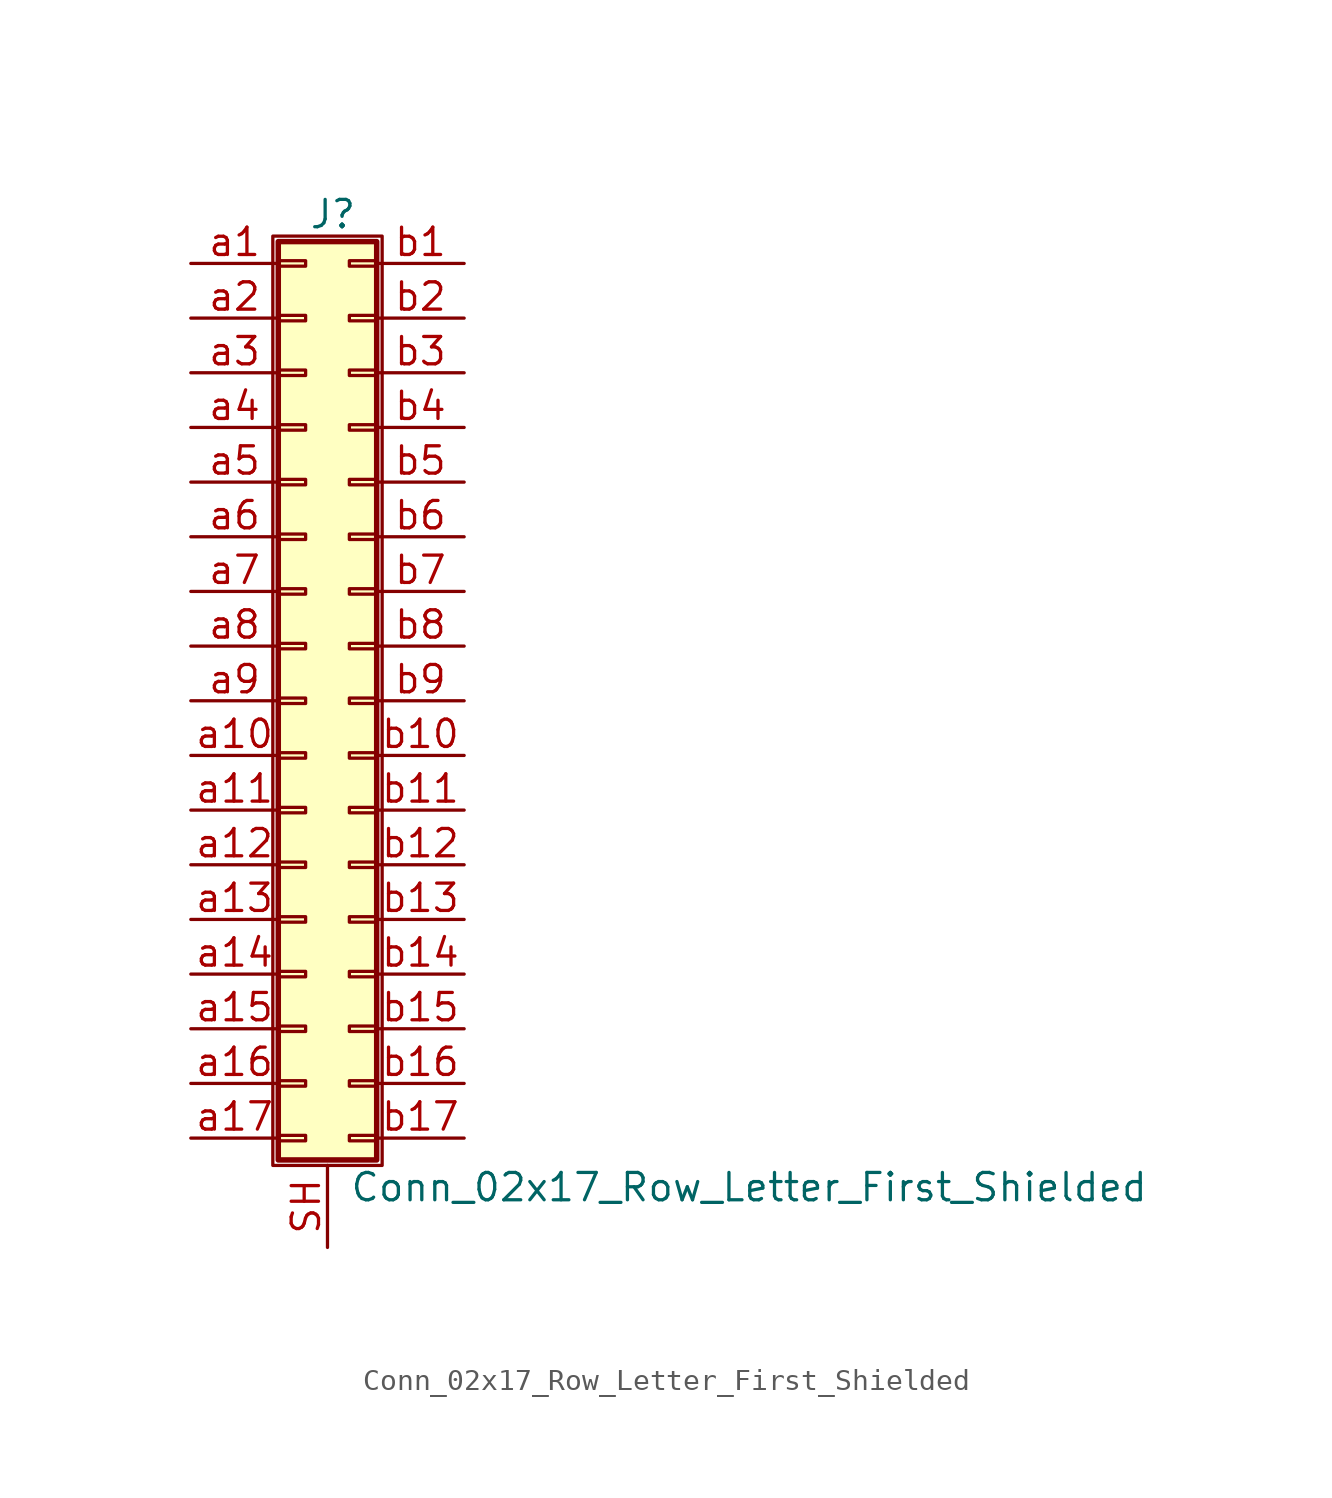
<source format=kicad_sym>
(kicad_symbol_lib
  (version 20211014)
  (generator kicad_symbol_editor)
  (symbol "Conn_02x17_Row_Letter_First_Shielded"
    (pin_names
      (offset 1.016) hide)
    (property "Reference" "J"
      (at 1.524 22.606 0)
      (effects (font (size 1.27 1.27))))
    (property "Value" "Conn_02x17_Row_Letter_First_Shielded"
      (at 2.286 -22.606 0)
      (effects (font (size 1.27 1.27)) (justify left)))
    (symbol "Conn_02x17_Row_Letter_First_Shielded_1_1"
      (rectangle (start -1.27 21.59) (end 3.81 -21.59) (stroke (width 0.152) (type default) (color 0 0 0 0)) (fill (type none)))
      (rectangle (start -1.016 -20.193) (end 0.254 -20.447) (stroke (width 0.152) (type default) (color 0 0 0 0)) (fill (type none)))
      (rectangle (start -1.016 -17.653) (end 0.254 -17.907) (stroke (width 0.152) (type default) (color 0 0 0 0)) (fill (type none)))
      (rectangle (start -1.016 -15.113) (end 0.254 -15.367) (stroke (width 0.152) (type default) (color 0 0 0 0)) (fill (type none)))
      (rectangle (start -1.016 -12.573) (end 0.254 -12.827) (stroke (width 0.152) (type default) (color 0 0 0 0)) (fill (type none)))
      (rectangle (start -1.016 -10.033) (end 0.254 -10.287) (stroke (width 0.152) (type default) (color 0 0 0 0)) (fill (type none)))
      (rectangle (start -1.016 -7.493) (end 0.254 -7.747) (stroke (width 0.152) (type default) (color 0 0 0 0)) (fill (type none)))
      (rectangle (start -1.016 -4.953) (end 0.254 -5.207) (stroke (width 0.152) (type default) (color 0 0 0 0)) (fill (type none)))
      (rectangle (start -1.016 -2.413) (end 0.254 -2.667) (stroke (width 0.152) (type default) (color 0 0 0 0)) (fill (type none)))
      (rectangle (start -1.016 0.127) (end 0.254 -0.127) (stroke (width 0.152) (type default) (color 0 0 0 0)) (fill (type none)))
      (rectangle (start -1.016 2.667) (end 0.254 2.413) (stroke (width 0.152) (type default) (color 0 0 0 0)) (fill (type none)))
      (rectangle (start -1.016 5.207) (end 0.254 4.953) (stroke (width 0.152) (type default) (color 0 0 0 0)) (fill (type none)))
      (rectangle (start -1.016 7.747) (end 0.254 7.493) (stroke (width 0.152) (type default) (color 0 0 0 0)) (fill (type none)))
      (rectangle (start -1.016 10.287) (end 0.254 10.033) (stroke (width 0.152) (type default) (color 0 0 0 0)) (fill (type none)))
      (rectangle (start -1.016 12.827) (end 0.254 12.573) (stroke (width 0.152) (type default) (color 0 0 0 0)) (fill (type none)))
      (rectangle (start -1.016 15.367) (end 0.254 15.113) (stroke (width 0.152) (type default) (color 0 0 0 0)) (fill (type none)))
      (rectangle (start -1.016 17.907) (end 0.254 17.653) (stroke (width 0.152) (type default) (color 0 0 0 0)) (fill (type none)))
      (rectangle (start -1.016 20.447) (end 0.254 20.193) (stroke (width 0.152) (type default) (color 0 0 0 0)) (fill (type none)))
      (rectangle (start -1.016 21.336) (end 3.556 -21.336) (stroke (width 0.254) (type default) (color 0 0 0 0)) (fill (type background)))
      (rectangle (start 3.556 -20.193) (end 2.286 -20.447) (stroke (width 0.152) (type default) (color 0 0 0 0)) (fill (type none)))
      (rectangle (start 3.556 -17.653) (end 2.286 -17.907) (stroke (width 0.152) (type default) (color 0 0 0 0)) (fill (type none)))
      (rectangle (start 3.556 -15.113) (end 2.286 -15.367) (stroke (width 0.152) (type default) (color 0 0 0 0)) (fill (type none)))
      (rectangle (start 3.556 -12.573) (end 2.286 -12.827) (stroke (width 0.152) (type default) (color 0 0 0 0)) (fill (type none)))
      (rectangle (start 3.556 -10.033) (end 2.286 -10.287) (stroke (width 0.152) (type default) (color 0 0 0 0)) (fill (type none)))
      (rectangle (start 3.556 -7.493) (end 2.286 -7.747) (stroke (width 0.152) (type default) (color 0 0 0 0)) (fill (type none)))
      (rectangle (start 3.556 -4.953) (end 2.286 -5.207) (stroke (width 0.152) (type default) (color 0 0 0 0)) (fill (type none)))
      (rectangle (start 3.556 -2.413) (end 2.286 -2.667) (stroke (width 0.152) (type default) (color 0 0 0 0)) (fill (type none)))
      (rectangle (start 3.556 0.127) (end 2.286 -0.127) (stroke (width 0.152) (type default) (color 0 0 0 0)) (fill (type none)))
      (rectangle (start 3.556 2.667) (end 2.286 2.413) (stroke (width 0.152) (type default) (color 0 0 0 0)) (fill (type none)))
      (rectangle (start 3.556 5.207) (end 2.286 4.953) (stroke (width 0.152) (type default) (color 0 0 0 0)) (fill (type none)))
      (rectangle (start 3.556 7.747) (end 2.286 7.493) (stroke (width 0.152) (type default) (color 0 0 0 0)) (fill (type none)))
      (rectangle (start 3.556 10.287) (end 2.286 10.033) (stroke (width 0.152) (type default) (color 0 0 0 0)) (fill (type none)))
      (rectangle (start 3.556 12.827) (end 2.286 12.573) (stroke (width 0.152) (type default) (color 0 0 0 0)) (fill (type none)))
      (rectangle (start 3.556 15.367) (end 2.286 15.113) (stroke (width 0.152) (type default) (color 0 0 0 0)) (fill (type none)))
      (rectangle (start 3.556 17.907) (end 2.286 17.653) (stroke (width 0.152) (type default) (color 0 0 0 0)) (fill (type none)))
      (rectangle (start 3.556 20.447) (end 2.286 20.193) (stroke (width 0.152) (type default) (color 0 0 0 0)) (fill (type none)))
      (pin passive line (at 1.27 -25.4 90) (length 3.81) (name "Shield" (effects (font (size 1.27 1.27)))) (number "SH" (effects (font (size 1.27 1.27)))))
      (pin passive line (at -5.08 20.32 0) (length 4.064) (name "Pin_a1" (effects (font (size 1.27 1.27)))) (number "a1" (effects (font (size 1.27 1.27)))))
      (pin passive line (at -5.08 -2.54 0) (length 4.064) (name "Pin_a10" (effects (font (size 1.27 1.27)))) (number "a10" (effects (font (size 1.27 1.27)))))
      (pin passive line (at -5.08 -5.08 0) (length 4.064) (name "Pin_a11" (effects (font (size 1.27 1.27)))) (number "a11" (effects (font (size 1.27 1.27)))))
      (pin passive line (at -5.08 -7.62 0) (length 4.064) (name "Pin_a12" (effects (font (size 1.27 1.27)))) (number "a12" (effects (font (size 1.27 1.27)))))
      (pin passive line (at -5.08 -10.16 0) (length 4.064) (name "Pin_a13" (effects (font (size 1.27 1.27)))) (number "a13" (effects (font (size 1.27 1.27)))))
      (pin passive line (at -5.08 -12.7 0) (length 4.064) (name "Pin_a14" (effects (font (size 1.27 1.27)))) (number "a14" (effects (font (size 1.27 1.27)))))
      (pin passive line (at -5.08 -15.24 0) (length 4.064) (name "Pin_a15" (effects (font (size 1.27 1.27)))) (number "a15" (effects (font (size 1.27 1.27)))))
      (pin passive line (at -5.08 -17.78 0) (length 4.064) (name "Pin_a16" (effects (font (size 1.27 1.27)))) (number "a16" (effects (font (size 1.27 1.27)))))
      (pin passive line (at -5.08 -20.32 0) (length 4.064) (name "Pin_a17" (effects (font (size 1.27 1.27)))) (number "a17" (effects (font (size 1.27 1.27)))))
      (pin passive line (at -5.08 17.78 0) (length 4.064) (name "Pin_a2" (effects (font (size 1.27 1.27)))) (number "a2" (effects (font (size 1.27 1.27)))))
      (pin passive line (at -5.08 15.24 0) (length 4.064) (name "Pin_a3" (effects (font (size 1.27 1.27)))) (number "a3" (effects (font (size 1.27 1.27)))))
      (pin passive line (at -5.08 12.7 0) (length 4.064) (name "Pin_a4" (effects (font (size 1.27 1.27)))) (number "a4" (effects (font (size 1.27 1.27)))))
      (pin passive line (at -5.08 10.16 0) (length 4.064) (name "Pin_a5" (effects (font (size 1.27 1.27)))) (number "a5" (effects (font (size 1.27 1.27)))))
      (pin passive line (at -5.08 7.62 0) (length 4.064) (name "Pin_a6" (effects (font (size 1.27 1.27)))) (number "a6" (effects (font (size 1.27 1.27)))))
      (pin passive line (at -5.08 5.08 0) (length 4.064) (name "Pin_a7" (effects (font (size 1.27 1.27)))) (number "a7" (effects (font (size 1.27 1.27)))))
      (pin passive line (at -5.08 2.54 0) (length 4.064) (name "Pin_a8" (effects (font (size 1.27 1.27)))) (number "a8" (effects (font (size 1.27 1.27)))))
      (pin passive line (at -5.08 0 0) (length 4.064) (name "Pin_a9" (effects (font (size 1.27 1.27)))) (number "a9" (effects (font (size 1.27 1.27)))))
      (pin passive line (at 7.62 20.32 180) (length 4.064) (name "Pin_b1" (effects (font (size 1.27 1.27)))) (number "b1" (effects (font (size 1.27 1.27)))))
      (pin passive line (at 7.62 -2.54 180) (length 4.064) (name "Pin_b10" (effects (font (size 1.27 1.27)))) (number "b10" (effects (font (size 1.27 1.27)))))
      (pin passive line (at 7.62 -5.08 180) (length 4.064) (name "Pin_b11" (effects (font (size 1.27 1.27)))) (number "b11" (effects (font (size 1.27 1.27)))))
      (pin passive line (at 7.62 -7.62 180) (length 4.064) (name "Pin_b12" (effects (font (size 1.27 1.27)))) (number "b12" (effects (font (size 1.27 1.27)))))
      (pin passive line (at 7.62 -10.16 180) (length 4.064) (name "Pin_b13" (effects (font (size 1.27 1.27)))) (number "b13" (effects (font (size 1.27 1.27)))))
      (pin passive line (at 7.62 -12.7 180) (length 4.064) (name "Pin_b14" (effects (font (size 1.27 1.27)))) (number "b14" (effects (font (size 1.27 1.27)))))
      (pin passive line (at 7.62 -15.24 180) (length 4.064) (name "Pin_b15" (effects (font (size 1.27 1.27)))) (number "b15" (effects (font (size 1.27 1.27)))))
      (pin passive line (at 7.62 -17.78 180) (length 4.064) (name "Pin_b16" (effects (font (size 1.27 1.27)))) (number "b16" (effects (font (size 1.27 1.27)))))
      (pin passive line (at 7.62 -20.32 180) (length 4.064) (name "Pin_b17" (effects (font (size 1.27 1.27)))) (number "b17" (effects (font (size 1.27 1.27)))))
      (pin passive line (at 7.62 17.78 180) (length 4.064) (name "Pin_b2" (effects (font (size 1.27 1.27)))) (number "b2" (effects (font (size 1.27 1.27)))))
      (pin passive line (at 7.62 15.24 180) (length 4.064) (name "Pin_b3" (effects (font (size 1.27 1.27)))) (number "b3" (effects (font (size 1.27 1.27)))))
      (pin passive line (at 7.62 12.7 180) (length 4.064) (name "Pin_b4" (effects (font (size 1.27 1.27)))) (number "b4" (effects (font (size 1.27 1.27)))))
      (pin passive line (at 7.62 10.16 180) (length 4.064) (name "Pin_b5" (effects (font (size 1.27 1.27)))) (number "b5" (effects (font (size 1.27 1.27)))))
      (pin passive line (at 7.62 7.62 180) (length 4.064) (name "Pin_b6" (effects (font (size 1.27 1.27)))) (number "b6" (effects (font (size 1.27 1.27)))))
      (pin passive line (at 7.62 5.08 180) (length 4.064) (name "Pin_b7" (effects (font (size 1.27 1.27)))) (number "b7" (effects (font (size 1.27 1.27)))))
      (pin passive line (at 7.62 2.54 180) (length 4.064) (name "Pin_b8" (effects (font (size 1.27 1.27)))) (number "b8" (effects (font (size 1.27 1.27)))))
      (pin passive line (at 7.62 0 180) (length 4.064) (name "Pin_b9" (effects (font (size 1.27 1.27)))) (number "b9" (effects (font (size 1.27 1.27))))))))
</source>
